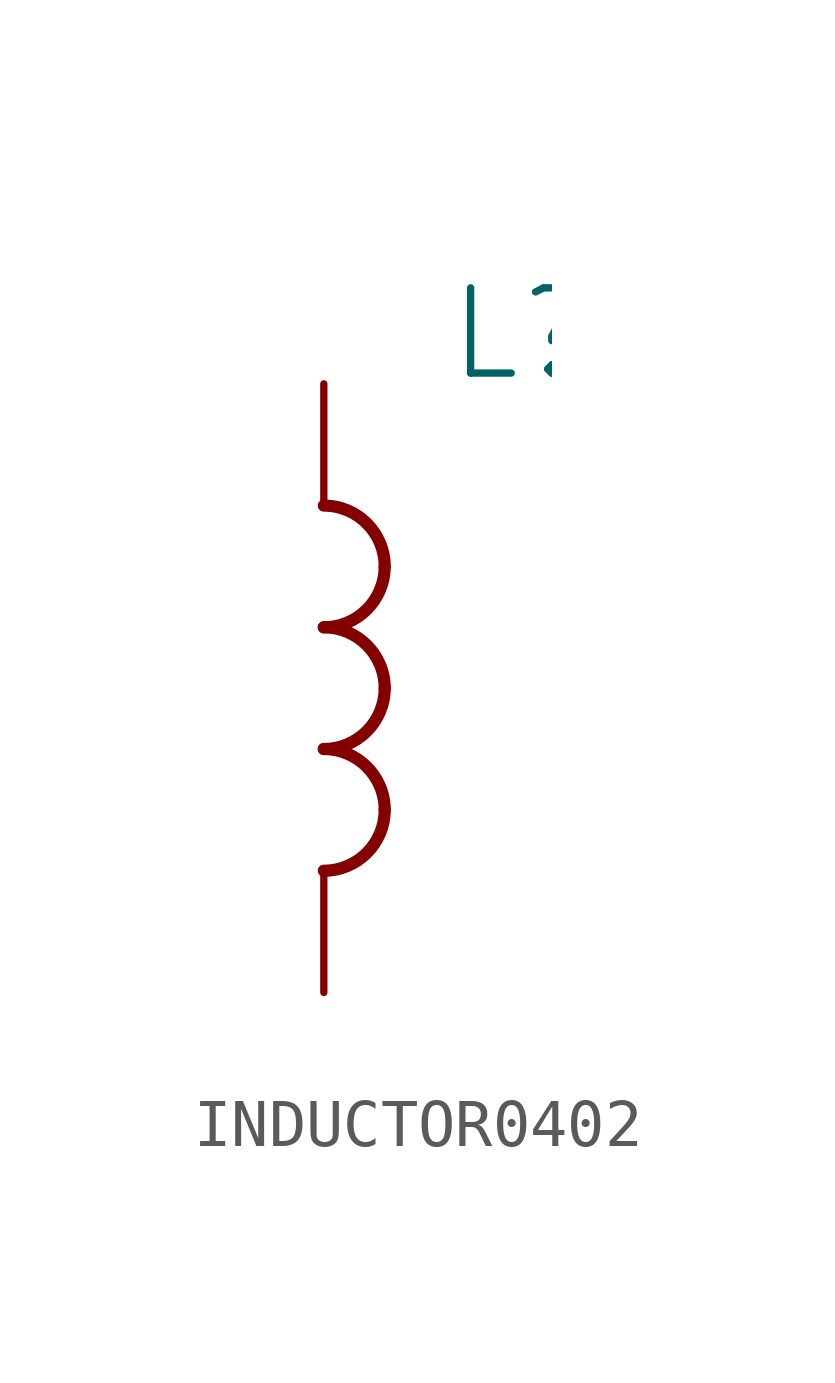
<source format=kicad_sym>
(kicad_symbol_lib
  (version 20231120)
  (generator "kicad_symbol_editor")
  (generator_version "8.0")
  (symbol "INDUCTOR0402"
    (property "Reference" "L"
      (at 2.54 5.08 0)
      (effects (font (size 1.778 1.778)) (justify left bottom)))
    (property "Value" ""
      (at 2.54 -5.08 0)
      (effects (font (size 1.778 1.778)) (justify left bottom)))
    (property "ki_locked" ""
      (at 0 0 0)
      (effects (font (size 1.27 1.27))))
    (symbol "INDUCTOR0402_1_0"
      (arc (start 0 -5.08) (mid 0.898 -4.708) (end 1.27 -3.81) (stroke (width 0.254) (type solid)) (fill (type none)))
      (arc (start 0 -2.54) (mid 0.898 -2.168) (end 1.27 -1.27) (stroke (width 0.254) (type solid)) (fill (type none)))
      (arc (start 0 0) (mid 0.898 0.372) (end 1.27 1.27) (stroke (width 0.254) (type solid)) (fill (type none)))
      (arc (start 1.27 -3.81) (mid 0.898 -2.912) (end 0 -2.54) (stroke (width 0.254) (type solid)) (fill (type none)))
      (arc (start 1.27 -1.27) (mid 0.898 -0.372) (end 0 0) (stroke (width 0.254) (type solid)) (fill (type none)))
      (arc (start 1.27 1.27) (mid 0.898 2.168) (end 0 2.54) (stroke (width 0.254) (type solid)) (fill (type none)))
      (pin passive line (at 0 5.08 270) (length 2.54) (name "1" (effects (font (size 0 0)))) (number "1" (effects (font (size 0 0)))))
      (pin passive line (at 0 -7.62 90) (length 2.54) (name "2" (effects (font (size 0 0)))) (number "2" (effects (font (size 0 0))))))))
</source>
